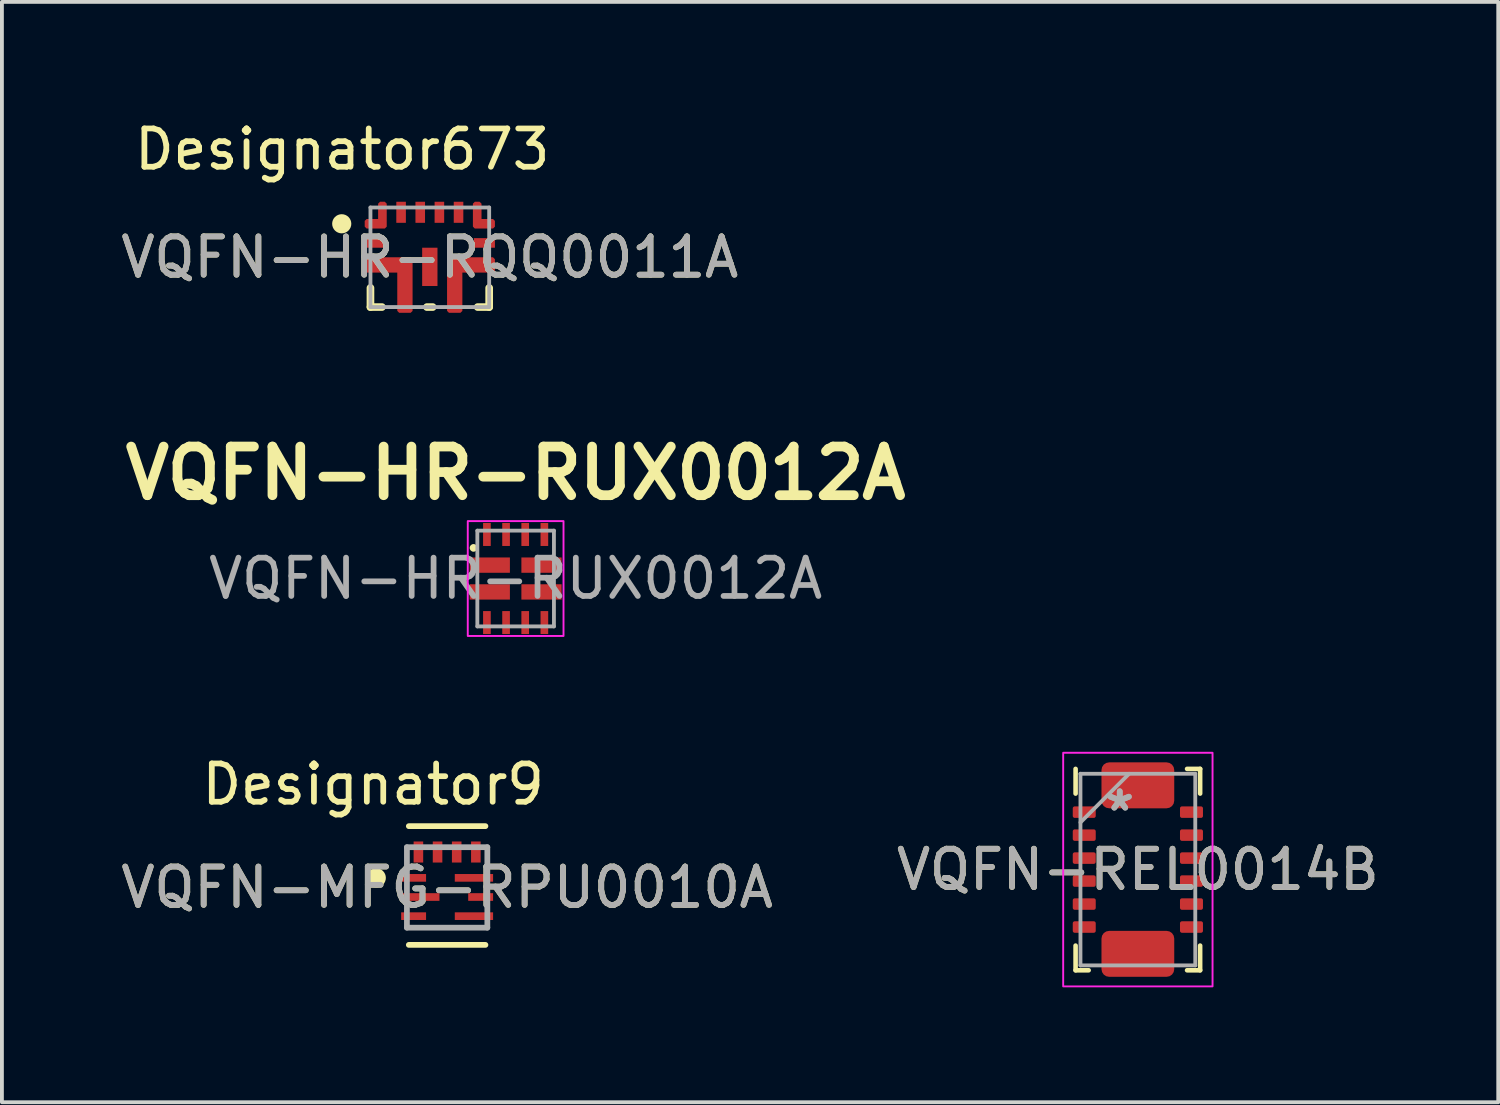
<source format=kicad_pcb>
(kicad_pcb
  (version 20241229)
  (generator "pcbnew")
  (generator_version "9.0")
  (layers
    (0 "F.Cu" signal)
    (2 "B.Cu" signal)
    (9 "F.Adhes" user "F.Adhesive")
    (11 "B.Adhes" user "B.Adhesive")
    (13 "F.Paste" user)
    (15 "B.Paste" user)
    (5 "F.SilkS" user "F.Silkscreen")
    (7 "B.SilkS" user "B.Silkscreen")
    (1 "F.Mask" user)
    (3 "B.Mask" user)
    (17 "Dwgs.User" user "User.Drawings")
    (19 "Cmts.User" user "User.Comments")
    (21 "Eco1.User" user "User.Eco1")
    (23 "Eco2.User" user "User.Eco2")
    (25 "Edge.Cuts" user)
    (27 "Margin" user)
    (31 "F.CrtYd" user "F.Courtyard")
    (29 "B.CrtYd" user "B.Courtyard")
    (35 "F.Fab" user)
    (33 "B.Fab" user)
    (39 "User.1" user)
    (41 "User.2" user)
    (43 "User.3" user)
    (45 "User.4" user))
  (footprint "VQFN-HR-RUX0012A"
    (layer "F.Cu")
    (at 10.414 12.056)
    (property "Reference" "VQFN-HR-RUX0012A" (at 0 -2.75 0) (layer "F.SilkS") (effects (font (size 1.27 1.27) (thickness 0.254))))
    (attr smd)
    (fp_line (start -1.1 -0.8) (end -1.1 -0.8) (stroke (width 0.2) (type solid)) (layer "F.SilkS"))
    (fp_poly (pts (xy -1.25 -1.5) (xy -1.25 1.5) (xy 1.25 1.5) (xy 1.25 -1.5)) (stroke (width 0.05) (type solid)) (fill no) (layer "F.CrtYd"))
    (fp_line (start -1 -1.25) (end 1 -1.25) (stroke (width 0.1) (type solid)) (layer "F.Fab"))
    (fp_line (start -1 1.25) (end -1 -1.25) (stroke (width 0.1) (type solid)) (layer "F.Fab"))
    (fp_line (start 1 -1.25) (end 1 1.25) (stroke (width 0.1) (type solid)) (layer "F.Fab"))
    (fp_line (start 1 1.25) (end -1 1.25) (stroke (width 0.1) (type solid)) (layer "F.Fab"))
    (fp_text user "${REFERENCE}" (at 0 0 0) (unlocked yes) (layer "F.Fab") (effects (font (size 1 1) (thickness 0.15))))
    (pad "1" smd rect (at -0.675 -0.35 90) (size 0.4 1.05) (layers "F.Cu" "F.Mask" "F.Paste"))
    (pad "2" smd rect (at -0.675 0.35 90) (size 0.4 1.05) (layers "F.Cu" "F.Mask" "F.Paste"))
    (pad "3" smd rect (at -0.75 1.15) (size 0.2 0.6) (layers "F.Cu" "F.Mask" "F.Paste"))
    (pad "4" smd rect (at -0.25 1.15) (size 0.2 0.6) (layers "F.Cu" "F.Mask" "F.Paste"))
    (pad "5" smd rect (at 0.25 1.15) (size 0.2 0.6) (layers "F.Cu" "F.Mask" "F.Paste"))
    (pad "6" smd rect (at 0.75 1.15) (size 0.2 0.6) (layers "F.Cu" "F.Mask" "F.Paste"))
    (pad "7" smd rect (at 0.675 0.35 90) (size 0.4 1.05) (layers "F.Cu" "F.Mask" "F.Paste"))
    (pad "8" smd rect (at 0.675 -0.35 90) (size 0.4 1.05) (layers "F.Cu" "F.Mask" "F.Paste"))
    (pad "9" smd rect (at 0.75 -1.15) (size 0.2 0.6) (layers "F.Cu" "F.Mask" "F.Paste"))
    (pad "10" smd rect (at 0.25 -1.15) (size 0.2 0.6) (layers "F.Cu" "F.Mask" "F.Paste"))
    (pad "11" smd rect (at -0.25 -1.15) (size 0.2 0.6) (layers "F.Cu" "F.Mask" "F.Paste"))
    (pad "12" smd rect (at -0.75 -1.15) (size 0.2 0.6) (layers "F.Cu" "F.Mask" "F.Paste")))
  (footprint "VQFN-HR-RQQ0011A"
    (layer "F.Cu")
    (at 8.173 3.668)
    (property "Reference" "VQFN-HR-RQQ0011A" (at 0 0 0) (unlocked yes) (layer "F.SilkS") (effects (font (size 1 1) (thickness 0.15))))
    (attr smd)
    (fp_poly (pts (xy -1.35 -1) (xy -1.65 -1) (xy -1.7 -0.95) (xy -1.7 -0.8) (xy -1.65 -0.75) (xy -1.175 -0.75) (xy -1.125 -0.8) (xy -1.125 -1.4) (xy -1.175 -1.45) (xy -1.3 -1.45) (xy -1.35 -1.4)) (stroke (width 0) (type solid)) (fill yes) (layer "F.Cu"))
    (fp_poly (pts (xy -0.85 0.4) (xy -0.85 1.4) (xy -0.8 1.45) (xy -0.5 1.45) (xy -0.45 1.4) (xy -0.45 0.05) (xy -0.5 0) (xy -1.65 0) (xy -1.7 0.05) (xy -1.7 0.35) (xy -1.65 0.4)) (stroke (width 0) (type solid)) (fill yes) (layer "F.Cu"))
    (fp_poly (pts (xy 0.85 0.4) (xy 0.85 1.4) (xy 0.8 1.45) (xy 0.5 1.45) (xy 0.45 1.4) (xy 0.45 0.05) (xy 0.5 0) (xy 1.65 0) (xy 1.7 0.05) (xy 1.7 0.35) (xy 1.65 0.4)) (stroke (width 0) (type solid)) (fill yes) (layer "F.Cu"))
    (fp_poly (pts (xy 1.35 -1) (xy 1.65 -1) (xy 1.7 -0.95) (xy 1.7 -0.8) (xy 1.65 -0.75) (xy 1.175 -0.75) (xy 1.125 -0.8) (xy 1.125 -1.4) (xy 1.175 -1.45) (xy 1.3 -1.45) (xy 1.35 -1.4)) (stroke (width 0) (type solid)) (fill yes) (layer "F.Cu"))
    (fp_poly (pts (xy -1.35 -1) (xy -1.35 -1.4) (xy -1.3 -1.45) (xy -1.175 -1.45) (xy -1.125 -1.4) (xy -1.125 -0.8) (xy -1.175 -0.75) (xy -1.65 -0.75) (xy -1.7 -0.8) (xy -1.7 -0.95) (xy -1.65 -1)) (stroke (width 0) (type solid)) (fill yes) (layer "F.Mask"))
    (fp_poly (pts (xy -0.85 0.4) (xy -1.65 0.4) (xy -1.7 0.35) (xy -1.7 0.05) (xy -1.65 0) (xy -0.5 0) (xy -0.45 0.05) (xy -0.45 1.4) (xy -0.5 1.45) (xy -0.8 1.45) (xy -0.85 1.4)) (stroke (width 0) (type solid)) (fill yes) (layer "F.Mask"))
    (fp_poly (pts (xy 0.85 0.4) (xy 0.85 1.4) (xy 0.8 1.45) (xy 0.5 1.45) (xy 0.45 1.4) (xy 0.45 0.05) (xy 0.5 0) (xy 1.65 0) (xy 1.7 0.05) (xy 1.7 0.35) (xy 1.65 0.4)) (stroke (width 0) (type solid)) (fill yes) (layer "F.Mask"))
    (fp_poly (pts (xy 1.35 -1) (xy 1.65 -1) (xy 1.7 -0.95) (xy 1.7 -0.8) (xy 1.65 -0.75) (xy 1.175 -0.75) (xy 1.125 -0.8) (xy 1.125 -1.4) (xy 1.175 -1.45) (xy 1.3 -1.45) (xy 1.35 -1.4)) (stroke (width 0) (type solid)) (fill yes) (layer "F.Mask"))
    (fp_line (start -1.55 1.3) (end -1.55 0.8) (stroke (width 0.2) (type solid)) (layer "F.SilkS"))
    (fp_line (start -1.55 1.3) (end -1.25 1.3) (stroke (width 0.2) (type solid)) (layer "F.SilkS"))
    (fp_line (start -0.075 1.3) (end 0.075 1.3) (stroke (width 0.2) (type solid)) (layer "F.SilkS"))
    (fp_line (start 1.25 1.3) (end 1.55 1.3) (stroke (width 0.2) (type solid)) (layer "F.SilkS"))
    (fp_line (start 1.55 1.3) (end 1.55 0.8) (stroke (width 0.2) (type solid)) (layer "F.SilkS"))
    (fp_circle (center -2.3 -0.875) (end -2.175 -0.875) (stroke (width 0.25) (type solid)) (fill no) (layer "F.SilkS"))
    (fp_poly (pts (xy -1.35 -1) (xy -1.35 -1.4) (xy -1.3 -1.45) (xy -1.175 -1.45) (xy -1.125 -1.4) (xy -1.125 -0.8) (xy -1.175 -0.75) (xy -1.65 -0.75) (xy -1.7 -0.8) (xy -1.7 -0.95) (xy -1.65 -1)) (stroke (width 0) (type solid)) (fill yes) (layer "F.Paste"))
    (fp_poly (pts (xy -0.8 0.35) (xy -0.8 1.4) (xy -0.75 1.45) (xy -0.5 1.45) (xy -0.45 1.4) (xy -0.45 0.05) (xy -0.5 0) (xy -1.65 0) (xy -1.7 0.05) (xy -1.7 0.3) (xy -1.65 0.35)) (stroke (width 0) (type solid)) (fill yes) (layer "F.Paste"))
    (fp_poly (pts (xy 0.8 0.35) (xy 0.8 1.4) (xy 0.75 1.45) (xy 0.5 1.45) (xy 0.45 1.4) (xy 0.45 0.05) (xy 0.5 0) (xy 1.65 0) (xy 1.7 0.05) (xy 1.7 0.3) (xy 1.65 0.35)) (stroke (width 0) (type solid)) (fill yes) (layer "F.Paste"))
    (fp_poly (pts (xy 1.35 -1) (xy 1.65 -1) (xy 1.7 -0.95) (xy 1.7 -0.8) (xy 1.65 -0.75) (xy 1.175 -0.75) (xy 1.125 -0.8) (xy 1.125 -1.4) (xy 1.175 -1.45) (xy 1.3 -1.45) (xy 1.35 -1.4)) (stroke (width 0) (type solid)) (fill yes) (layer "F.Paste"))
    (fp_line (start -1.55 -1.3) (end 1.55 -1.3) (stroke (width 0.1) (type solid)) (layer "F.Fab"))
    (fp_line (start -1.55 1.3) (end -1.55 -1.3) (stroke (width 0.1) (type solid)) (layer "F.Fab"))
    (fp_line (start -1.55 1.3) (end 1.55 1.3) (stroke (width 0.1) (type solid)) (layer "F.Fab"))
    (fp_line (start 1.55 1.3) (end 1.55 -1.3) (stroke (width 0.1) (type solid)) (layer "F.Fab"))
    (fp_text user "Designator673" (at -2.286 -2.819 0) (unlocked yes) (layer "F.SilkS") (effects (font (size 1 1) (thickness 0.15))))
    (fp_text user "${REFERENCE}" (at 0 0 0) (unlocked yes) (layer "F.Fab") (effects (font (size 1 1) (thickness 0.15))))
    (pad "1" smd circle (at -1.269 -0.894) (size 0.241 0.241) (layers "F.Cu" "F.Mask" "F.Paste"))
    (pad "2" smd rect (at -1.425 -0.375 90) (size 0.25 0.55) (layers "F.Cu" "F.Mask" "F.Paste"))
    (pad "3" smd circle (at -0.684 0.278) (size 0.37 0.37) (layers "F.Cu" "F.Mask"))
    (pad "4" smd rect (at 0 0.25) (size 0.4 1) (layers "F.Cu" "F.Mask" "F.Paste"))
    (pad "5" smd circle (at 0.684 0.278) (size 0.37 0.37) (layers "F.Cu" "F.Mask"))
    (pad "6" smd rect (at 1.425 -0.375 90) (size 0.25 0.55) (layers "F.Cu" "F.Mask" "F.Paste"))
    (pad "7" smd circle (at 1.269 -0.894) (size 0.241 0.241) (layers "F.Cu" "F.Mask" "F.Paste"))
    (pad "8" smd rect (at 0.75 -1.175) (size 0.25 0.55) (layers "F.Cu" "F.Mask" "F.Paste"))
    (pad "9" smd rect (at 0.25 -1.175) (size 0.25 0.55) (layers "F.Cu" "F.Mask" "F.Paste"))
    (pad "10" smd rect (at -0.25 -1.175) (size 0.25 0.55) (layers "F.Cu" "F.Mask" "F.Paste"))
    (pad "11" smd rect (at -0.75 -1.175) (size 0.25 0.55) (layers "F.Cu" "F.Mask" "F.Paste")))
  (footprint "VQFN-MFG-RPU0010A"
    (layer "F.Cu")
    (at 8.625 20.122)
    (property "Reference" "VQFN-MFG-RPU0010A" (at 0 0 0) (unlocked yes) (layer "F.SilkS") (effects (font (size 1 1) (thickness 0.15))))
    (attr smd)
    (fp_line (start -1 -1.6) (end 1 -1.6) (stroke (width 0.15) (type solid)) (layer "F.SilkS"))
    (fp_line (start -1 1.5) (end 1 1.5) (stroke (width 0.15) (type solid)) (layer "F.SilkS"))
    (fp_circle (center -1.85 -0.25) (end -1.725 -0.25) (stroke (width 0.25) (type solid)) (fill no) (layer "F.SilkS"))
    (fp_line (start -1.05 -1.05) (end 1.05 -1.05) (stroke (width 0.15) (type solid)) (layer "F.Fab"))
    (fp_line (start -1.05 1.05) (end -1.05 -1.05) (stroke (width 0.15) (type solid)) (layer "F.Fab"))
    (fp_line (start -1.05 1.05) (end 1.05 1.05) (stroke (width 0.15) (type solid)) (layer "F.Fab"))
    (fp_line (start 1.05 1.05) (end 1.05 -1.05) (stroke (width 0.15) (type solid)) (layer "F.Fab"))
    (fp_text user "Designator9" (at -1.93 -2.692 0) (unlocked yes) (layer "F.SilkS") (effects (font (size 1 1) (thickness 0.15))))
    (fp_text user "${REFERENCE}" (at 0 0 0) (unlocked yes) (layer "F.Fab") (effects (font (size 1 1) (thickness 0.15))))
    (pad "1" smd rect (at -0.875 -0.25) (size 0.65 0.2) (layers "F.Cu" "F.Mask" "F.Paste"))
    (pad "2" smd rect (at -0.7 0.25) (size 1 0.2) (layers "F.Cu" "F.Mask" "F.Paste"))
    (pad "3" smd rect (at -0.875 0.75) (size 0.65 0.2) (layers "F.Cu" "F.Mask" "F.Paste"))
    (pad "4" smd rect (at 0.7 0.75) (size 1 0.2) (layers "F.Cu" "F.Mask" "F.Paste"))
    (pad "5" smd rect (at 0.875 0.25) (size 0.65 0.2) (layers "F.Cu" "F.Mask" "F.Paste"))
    (pad "6" smd rect (at 0.7 -0.25) (size 1 0.2) (layers "F.Cu" "F.Mask" "F.Paste"))
    (pad "7" smd rect (at 0.75 -0.925) (size 0.25 0.55) (layers "F.Cu" "F.Mask" "F.Paste"))
    (pad "8" smd rect (at 0.25 -0.925) (size 0.25 0.55) (layers "F.Cu" "F.Mask" "F.Paste"))
    (pad "9" smd rect (at -0.25 -0.925) (size 0.25 0.55) (layers "F.Cu" "F.Mask" "F.Paste"))
    (pad "10" smd rect (at -0.75 -0.925) (size 0.25 0.55) (layers "F.Cu" "F.Mask" "F.Paste")))
  (footprint "VQFN-REL0014B"
    (layer "F.Cu")
    (at 26.661 19.656)
    (property "Reference" "VQFN-REL0014B" (at 0 0 0) (unlocked yes) (layer "F.SilkS") (effects (font (size 1 1) (thickness 0.15))))
    (attr smd)
    (fp_line (start -1.626 -2.629) (end -1.626 -1.985) (stroke (width 0.12) (type solid)) (layer "F.SilkS"))
    (fp_line (start -1.626 1.985) (end -1.626 2.629) (stroke (width 0.12) (type solid)) (layer "F.SilkS"))
    (fp_line (start -1.626 2.629) (end -1.285 2.629) (stroke (width 0.12) (type solid)) (layer "F.SilkS"))
    (fp_line (start 1.285 2.629) (end 1.626 2.629) (stroke (width 0.12) (type solid)) (layer "F.SilkS"))
    (fp_line (start 1.626 -2.629) (end 1.285 -2.629) (stroke (width 0.12) (type solid)) (layer "F.SilkS"))
    (fp_line (start 1.626 -1.985) (end 1.626 -2.629) (stroke (width 0.12) (type solid)) (layer "F.SilkS"))
    (fp_line (start 1.626 2.629) (end 1.626 1.985) (stroke (width 0.12) (type solid)) (layer "F.SilkS"))
    (fp_rect (start -0.85 -2.7) (end -0.65 -2.2) (stroke (width 0.1) (type solid)) (fill yes) (layer "F.Paste"))
    (fp_rect (start -0.85 -1.9) (end 0.85 -1.7) (stroke (width 0.1) (type solid)) (fill yes) (layer "F.Paste"))
    (fp_rect (start -0.85 1.7) (end 0.85 1.9) (stroke (width 0.1) (type solid)) (fill yes) (layer "F.Paste"))
    (fp_rect (start -0.85 2.2) (end -0.65 2.7) (stroke (width 0.1) (type solid)) (fill yes) (layer "F.Paste"))
    (fp_rect (start -0.1 -2.7) (end 0.1 -2.2) (stroke (width 0.1) (type solid)) (fill yes) (layer "F.Paste"))
    (fp_rect (start -0.1 2.2) (end 0.1 2.7) (stroke (width 0.1) (type solid)) (fill yes) (layer "F.Paste"))
    (fp_rect (start 0.65 -2.7) (end 0.85 -2.2) (stroke (width 0.1) (type solid)) (fill yes) (layer "F.Paste"))
    (fp_rect (start 0.65 2.2) (end 0.85 2.7) (stroke (width 0.1) (type solid)) (fill yes) (layer "F.Paste"))
    (fp_rect (start -1.95 -3.05) (end 1.95 3.05) (stroke (width 0.05) (type default)) (fill no) (layer "F.CrtYd"))
    (fp_line (start -1.499 -2.502) (end -1.499 2.502) (stroke (width 0.1) (type solid)) (layer "F.Fab"))
    (fp_line (start -1.499 -1.232) (end -0.229 -2.502) (stroke (width 0.1) (type solid)) (layer "F.Fab"))
    (fp_line (start -1.499 2.502) (end 1.499 2.502) (stroke (width 0.1) (type solid)) (layer "F.Fab"))
    (fp_line (start 1.499 -2.502) (end -1.499 -2.502) (stroke (width 0.1) (type solid)) (layer "F.Fab"))
    (fp_line (start 1.499 2.502) (end 1.499 -2.502) (stroke (width 0.1) (type solid)) (layer "F.Fab"))
    (fp_text user "*" (at -0.473 -1.5 0) (unlocked yes) (layer "F.Fab") (effects (font (size 1 1) (thickness 0.15))))
    (fp_text user "${REFERENCE}" (at 0 0 0) (unlocked yes) (layer "F.Fab") (effects (font (size 1 1) (thickness 0.15))))
    (fp_text user "*" (at -0.473 -1.5 0) (layer "F.Fab") (effects (font (size 1 1) (thickness 0.15))))
    (pad "1" smd roundrect (at -1.4 -1.5) (size 0.6 0.3) (layers "F.Cu" "F.Mask" "F.Paste") (roundrect_rratio 0.167))
    (pad "2" smd roundrect (at -1.4 -0.9) (size 0.6 0.3) (layers "F.Cu" "F.Mask" "F.Paste") (roundrect_rratio 0.167))
    (pad "3" smd roundrect (at -1.4 -0.3) (size 0.6 0.3) (layers "F.Cu" "F.Mask" "F.Paste") (roundrect_rratio 0.167))
    (pad "4" smd roundrect (at -1.4 0.3) (size 0.6 0.3) (layers "F.Cu" "F.Mask" "F.Paste") (roundrect_rratio 0.167))
    (pad "5" smd roundrect (at -1.4 0.9) (size 0.6 0.3) (layers "F.Cu" "F.Mask" "F.Paste") (roundrect_rratio 0.167))
    (pad "6" smd roundrect (at -1.4 1.5) (size 0.6 0.3) (layers "F.Cu" "F.Mask" "F.Paste") (roundrect_rratio 0.167))
    (pad "7" smd roundrect (at 0 2.2 90) (size 1.2 1.9) (layers "F.Cu" "F.Mask") (roundrect_rratio 0.167))
    (pad "8" smd roundrect (at 1.4 1.5) (size 0.6 0.3) (layers "F.Cu" "F.Mask" "F.Paste") (roundrect_rratio 0.167))
    (pad "9" smd roundrect (at 1.4 0.9) (size 0.6 0.3) (layers "F.Cu" "F.Mask" "F.Paste") (roundrect_rratio 0.167))
    (pad "10" smd roundrect (at 1.4 0.3) (size 0.6 0.3) (layers "F.Cu" "F.Mask" "F.Paste") (roundrect_rratio 0.167))
    (pad "11" smd roundrect (at 1.4 -0.3) (size 0.6 0.3) (layers "F.Cu" "F.Mask" "F.Paste") (roundrect_rratio 0.167))
    (pad "12" smd roundrect (at 1.4 -0.9) (size 0.6 0.3) (layers "F.Cu" "F.Mask" "F.Paste") (roundrect_rratio 0.167))
    (pad "13" smd roundrect (at 1.4 -1.5) (size 0.6 0.3) (layers "F.Cu" "F.Mask" "F.Paste") (roundrect_rratio 0.167))
    (pad "14" smd roundrect (at 0 -2.2 90) (size 1.2 1.9) (layers "F.Cu" "F.Mask") (roundrect_rratio 0.167)))
  (gr_rect
    (start -3 -3)
    (end 36.071 25.731)
    (stroke (width 0.1) (type default))
    (fill no)
    (layer "Edge.Cuts")))
</source>
